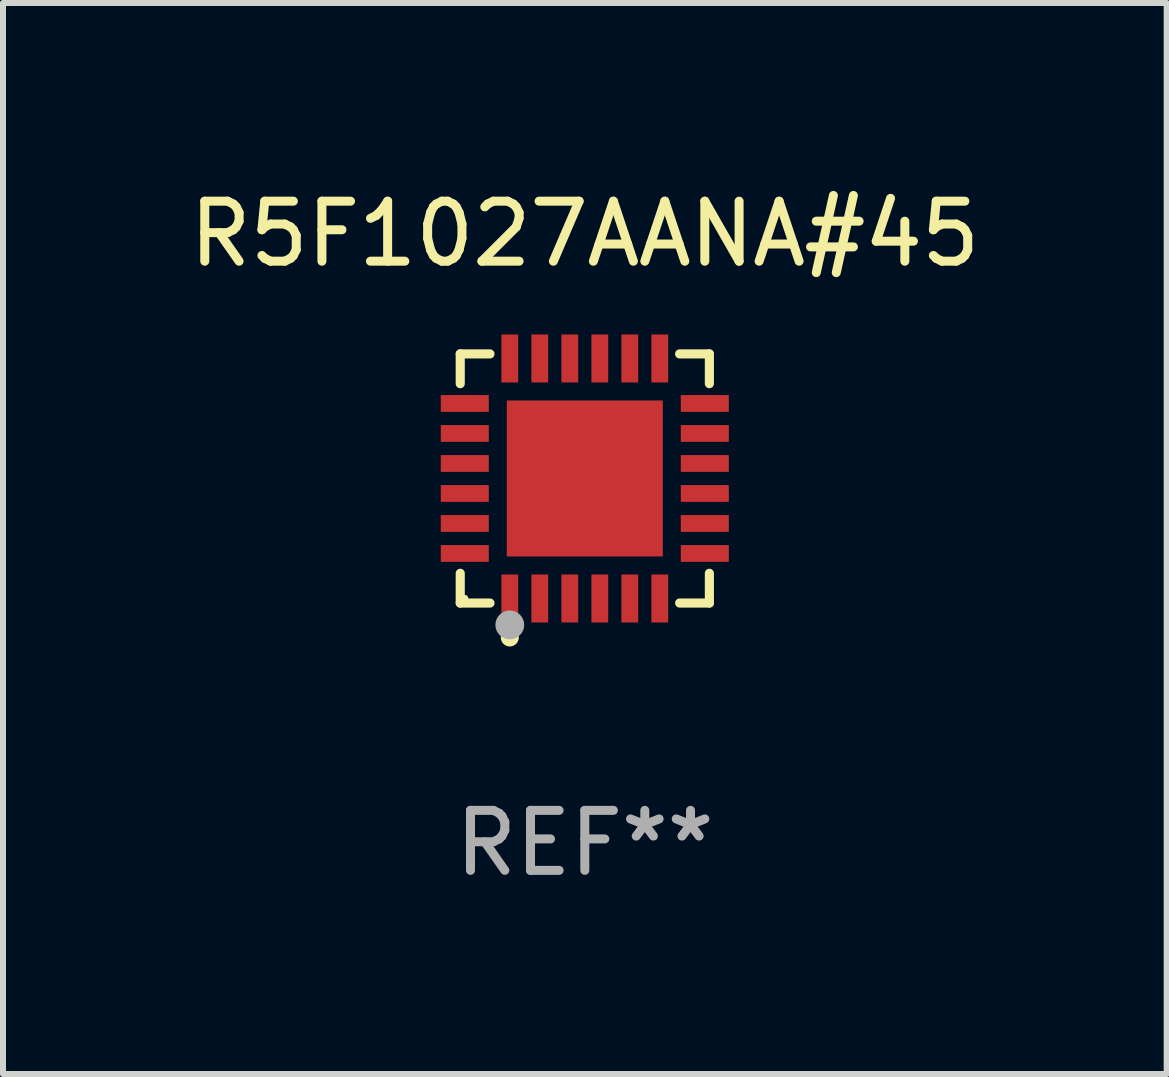
<source format=kicad_pcb>
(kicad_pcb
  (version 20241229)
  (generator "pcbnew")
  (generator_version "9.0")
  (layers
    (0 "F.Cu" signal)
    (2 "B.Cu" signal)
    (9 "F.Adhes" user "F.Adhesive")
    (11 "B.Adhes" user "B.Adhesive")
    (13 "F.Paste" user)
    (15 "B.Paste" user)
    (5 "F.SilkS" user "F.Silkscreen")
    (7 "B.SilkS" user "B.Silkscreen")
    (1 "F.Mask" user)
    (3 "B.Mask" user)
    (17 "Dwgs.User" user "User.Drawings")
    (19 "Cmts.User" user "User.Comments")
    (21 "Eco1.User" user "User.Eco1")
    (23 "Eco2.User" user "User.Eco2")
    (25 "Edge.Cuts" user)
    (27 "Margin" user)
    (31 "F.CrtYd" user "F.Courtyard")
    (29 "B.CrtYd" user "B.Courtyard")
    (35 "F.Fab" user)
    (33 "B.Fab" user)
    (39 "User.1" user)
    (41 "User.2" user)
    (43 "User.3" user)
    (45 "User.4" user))
  (footprint "R5F1027AANA#45"
    (layer "F.Cu")
    (at 6.696 4.924)
    (property "Reference" "R5F1027AANA#45" (at 0 -4.076 0) (layer "F.SilkS") (effects (font (size 1 1) (thickness 0.15))))
    (attr through_hole)
    (fp_line (start -2.076 -2.076) (end -1.58 -2.076) (stroke (width 0.152) (type solid)) (layer "F.SilkS"))
    (fp_line (start -2.076 -1.58) (end -2.076 -2.076) (stroke (width 0.152) (type solid)) (layer "F.SilkS"))
    (fp_line (start -2.076 1.58) (end -2.076 2.076) (stroke (width 0.152) (type solid)) (layer "F.SilkS"))
    (fp_line (start -2.076 2.076) (end -1.58 2.076) (stroke (width 0.152) (type solid)) (layer "F.SilkS"))
    (fp_line (start 2.076 -2.076) (end 1.58 -2.076) (stroke (width 0.152) (type solid)) (layer "F.SilkS"))
    (fp_line (start 2.076 -1.58) (end 2.076 -2.076) (stroke (width 0.152) (type solid)) (layer "F.SilkS"))
    (fp_line (start 2.076 1.58) (end 2.076 2.076) (stroke (width 0.152) (type solid)) (layer "F.SilkS"))
    (fp_line (start 2.076 2.076) (end 1.58 2.076) (stroke (width 0.152) (type solid)) (layer "F.SilkS"))
    (fp_circle (center -2 2) (end -1.97 2) (stroke (width 0.06) (type solid)) (fill no) (layer "F.SilkS"))
    (fp_circle (center -1.25 2.65) (end -1.175 2.65) (stroke (width 0.15) (type solid)) (fill no) (layer "F.SilkS"))
    (fp_circle (center -1.25 2.44) (end -1.13 2.44) (stroke (width 0.24) (type solid)) (fill no) (layer "F.Fab"))
    (fp_text user "REF**" (at 0 6.076 0) (layer "F.Fab") (effects (font (size 1 1) (thickness 0.15))))
    (pad "1" smd rect (at -1.25 2) (size 0.28 0.8) (layers "F.Cu" "F.Mask" "F.Paste"))
    (pad "2" smd rect (at -0.75 2) (size 0.28 0.8) (layers "F.Cu" "F.Mask" "F.Paste"))
    (pad "3" smd rect (at -0.25 2) (size 0.28 0.8) (layers "F.Cu" "F.Mask" "F.Paste"))
    (pad "4" smd rect (at 0.25 2) (size 0.28 0.8) (layers "F.Cu" "F.Mask" "F.Paste"))
    (pad "5" smd rect (at 0.75 2) (size 0.28 0.8) (layers "F.Cu" "F.Mask" "F.Paste"))
    (pad "6" smd rect (at 1.25 2) (size 0.28 0.8) (layers "F.Cu" "F.Mask" "F.Paste"))
    (pad "7" smd rect (at 2 1.25) (size 0.8 0.28) (layers "F.Cu" "F.Mask" "F.Paste"))
    (pad "8" smd rect (at 2 0.75) (size 0.8 0.28) (layers "F.Cu" "F.Mask" "F.Paste"))
    (pad "9" smd rect (at 2 0.25) (size 0.8 0.28) (layers "F.Cu" "F.Mask" "F.Paste"))
    (pad "10" smd rect (at 2 -0.25) (size 0.8 0.28) (layers "F.Cu" "F.Mask" "F.Paste"))
    (pad "11" smd rect (at 2 -0.75) (size 0.8 0.28) (layers "F.Cu" "F.Mask" "F.Paste"))
    (pad "12" smd rect (at 2 -1.25) (size 0.8 0.28) (layers "F.Cu" "F.Mask" "F.Paste"))
    (pad "13" smd rect (at 1.25 -2) (size 0.28 0.8) (layers "F.Cu" "F.Mask" "F.Paste"))
    (pad "14" smd rect (at 0.75 -2) (size 0.28 0.8) (layers "F.Cu" "F.Mask" "F.Paste"))
    (pad "15" smd rect (at 0.25 -2) (size 0.28 0.8) (layers "F.Cu" "F.Mask" "F.Paste"))
    (pad "16" smd rect (at -0.25 -2) (size 0.28 0.8) (layers "F.Cu" "F.Mask" "F.Paste"))
    (pad "17" smd rect (at -0.75 -2) (size 0.28 0.8) (layers "F.Cu" "F.Mask" "F.Paste"))
    (pad "18" smd rect (at -1.25 -2) (size 0.28 0.8) (layers "F.Cu" "F.Mask" "F.Paste"))
    (pad "19" smd rect (at -2 -1.25) (size 0.8 0.28) (layers "F.Cu" "F.Mask" "F.Paste"))
    (pad "20" smd rect (at -2 -0.75) (size 0.8 0.28) (layers "F.Cu" "F.Mask" "F.Paste"))
    (pad "21" smd rect (at -2 -0.25) (size 0.8 0.28) (layers "F.Cu" "F.Mask" "F.Paste"))
    (pad "22" smd rect (at -2 0.25) (size 0.8 0.28) (layers "F.Cu" "F.Mask" "F.Paste"))
    (pad "23" smd rect (at -2 0.75) (size 0.8 0.28) (layers "F.Cu" "F.Mask" "F.Paste"))
    (pad "24" smd rect (at -2 1.25) (size 0.8 0.28) (layers "F.Cu" "F.Mask" "F.Paste"))
    (pad "25" smd rect (at 0 0) (size 2.6 2.6) (layers "F.Cu" "F.Mask" "F.Paste")))
  (gr_rect
    (start -3 -3)
    (end 16.393 14.849)
    (stroke (width 0.1) (type default))
    (fill no)
    (layer "Edge.Cuts")))
</source>
